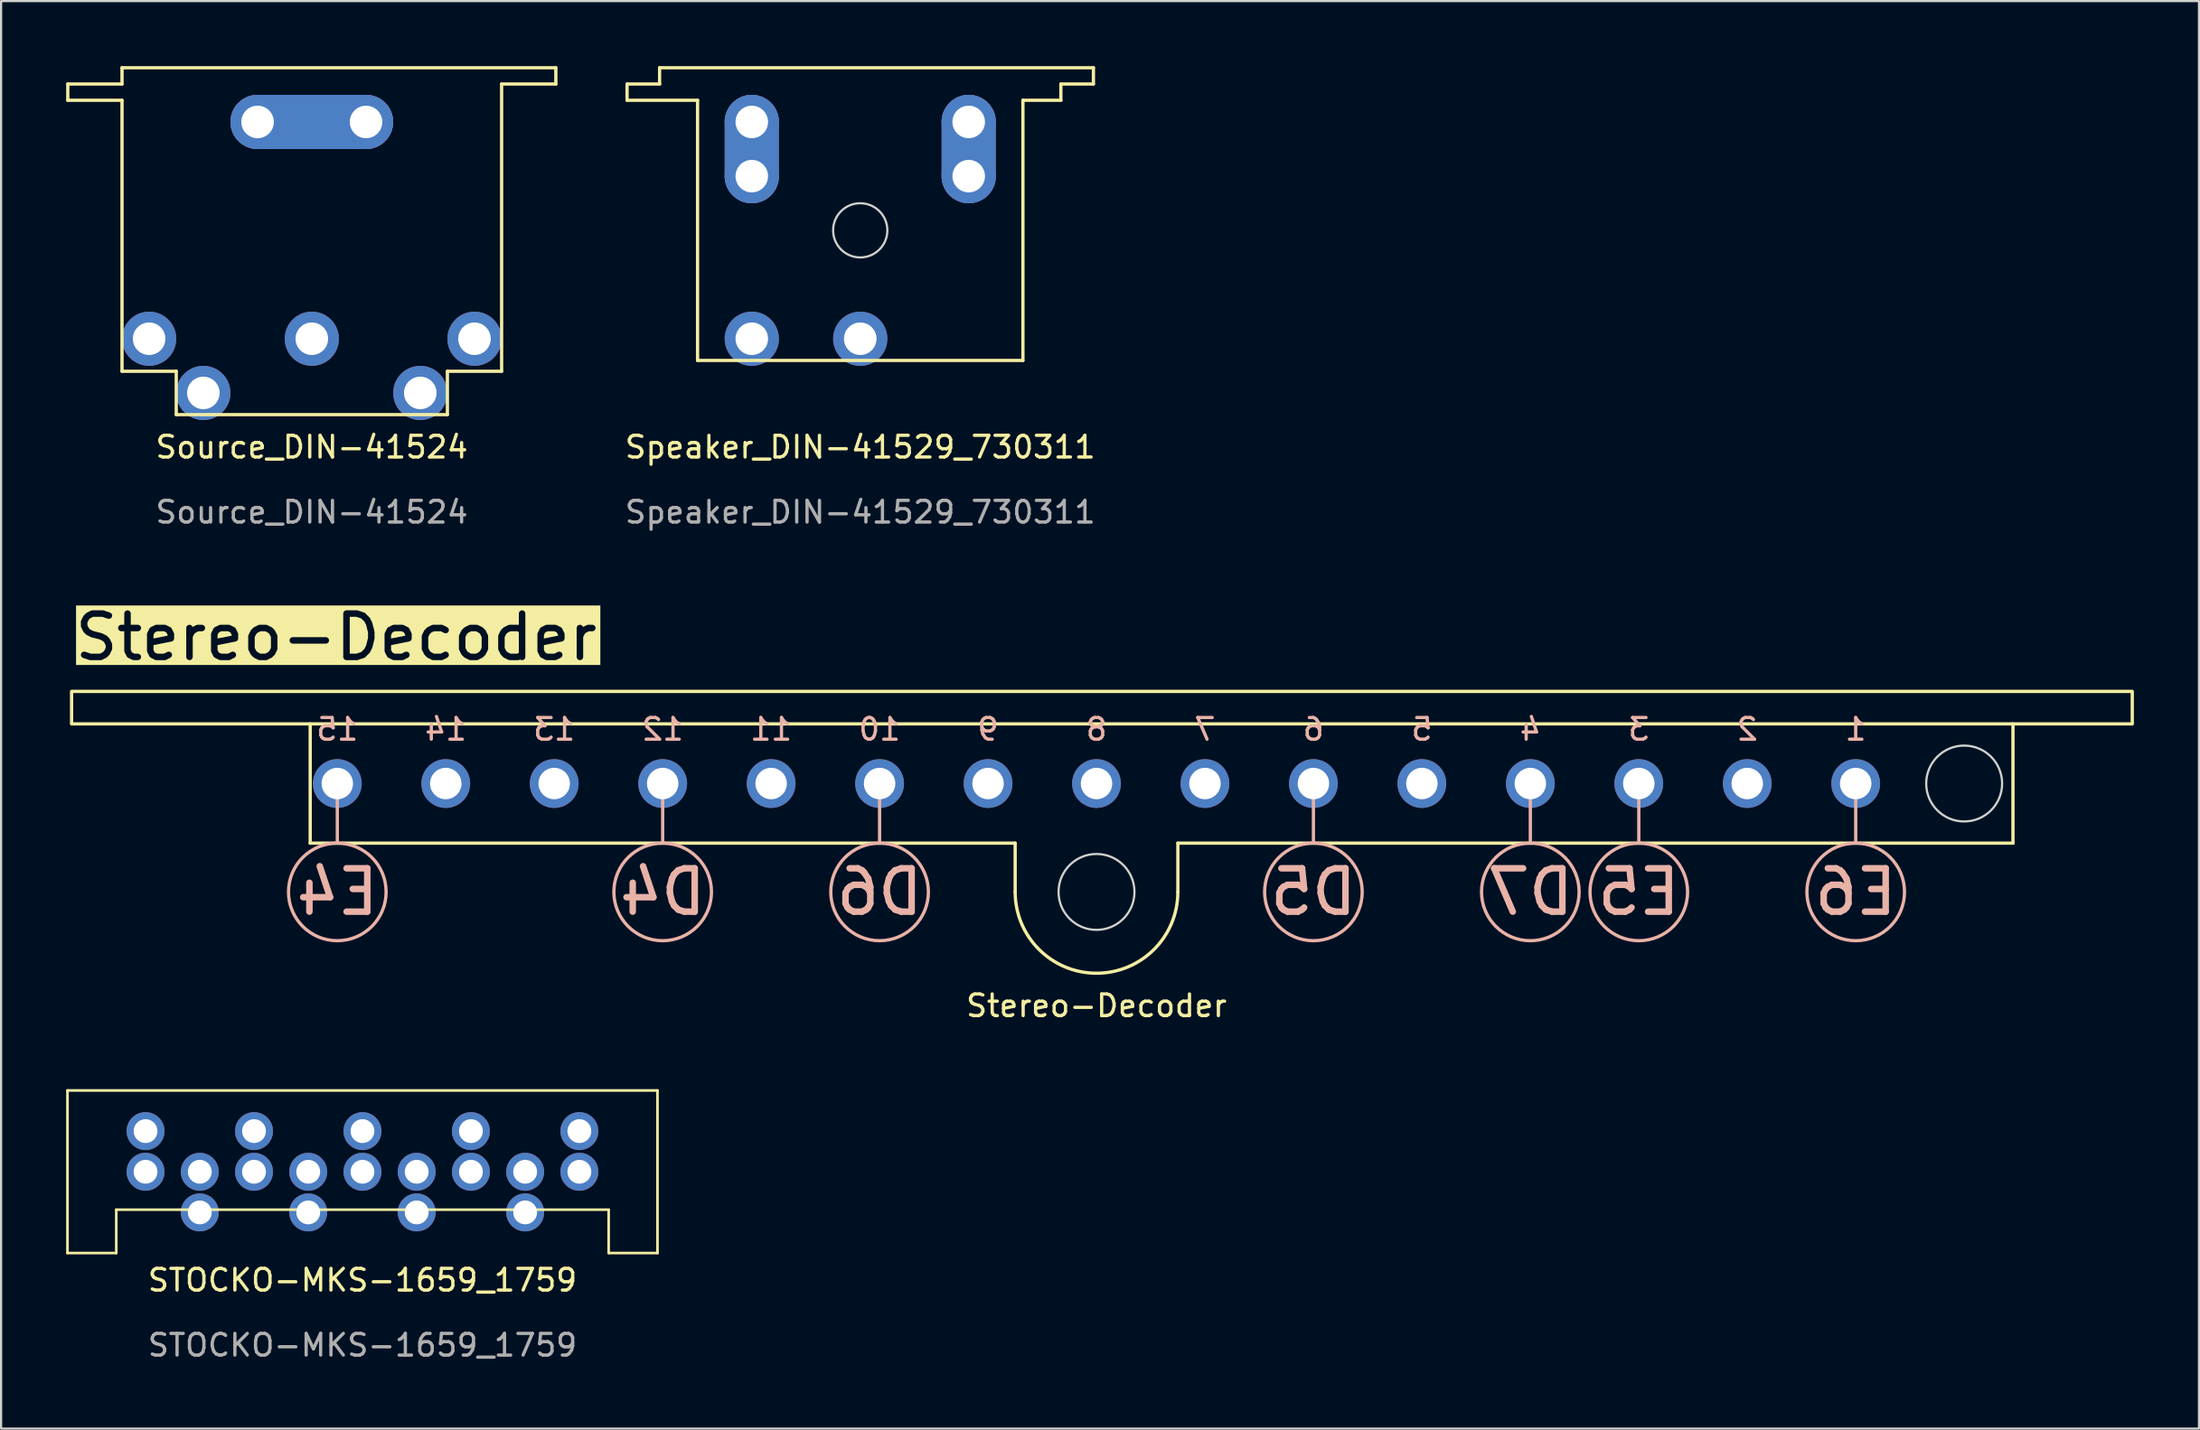
<source format=kicad_pcb>
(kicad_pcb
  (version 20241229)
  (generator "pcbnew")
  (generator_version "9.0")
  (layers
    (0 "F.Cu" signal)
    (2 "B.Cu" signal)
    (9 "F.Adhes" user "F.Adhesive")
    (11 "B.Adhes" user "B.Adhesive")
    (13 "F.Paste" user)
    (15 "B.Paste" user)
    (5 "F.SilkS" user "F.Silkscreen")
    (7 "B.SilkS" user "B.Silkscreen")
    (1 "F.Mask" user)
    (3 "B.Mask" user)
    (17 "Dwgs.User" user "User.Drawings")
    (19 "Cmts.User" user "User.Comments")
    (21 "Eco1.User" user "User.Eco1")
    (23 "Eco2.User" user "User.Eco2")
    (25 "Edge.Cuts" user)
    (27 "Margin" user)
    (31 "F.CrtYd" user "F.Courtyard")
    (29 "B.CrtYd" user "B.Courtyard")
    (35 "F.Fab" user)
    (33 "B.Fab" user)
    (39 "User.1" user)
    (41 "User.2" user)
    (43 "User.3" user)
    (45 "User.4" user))
  (footprint "Stereo-Decoder"
    (layer "F.Cu")
    (at 0.25 28.842)
    (property "Reference" "Stereo-Decoder" (at 47.25 14.5 0) (unlocked yes) (layer "F.SilkS") (effects (font (size 1 1) (thickness 0.15))))
    (attr through_hole)
    (fp_line (start 11 7) (end 11 1.5) (stroke (width 0.15) (type default)) (layer "F.SilkS"))
    (fp_line (start 43.5 7) (end 11 7) (stroke (width 0.15) (type default)) (layer "F.SilkS"))
    (fp_line (start 43.5 7) (end 43.5 9.25) (stroke (width 0.15) (type default)) (layer "F.SilkS"))
    (fp_line (start 51 7) (end 51 9.25) (stroke (width 0.15) (type default)) (layer "F.SilkS"))
    (fp_line (start 89.5 1.5) (end 89.5 7) (stroke (width 0.15) (type default)) (layer "F.SilkS"))
    (fp_line (start 89.5 7) (end 51 7) (stroke (width 0.15) (type default)) (layer "F.SilkS"))
    (fp_rect (start 95 0) (end 0 1.5) (stroke (width 0.15) (type default)) (fill no) (layer "F.SilkS"))
    (fp_arc (start 51 9.25) (mid 47.25 13) (end 43.5 9.25) (stroke (width 0.15) (type default)) (layer "F.SilkS"))
    (fp_line (start 12.25 7) (end 12.25 5) (stroke (width 0.15) (type default)) (layer "B.SilkS"))
    (fp_line (start 27.25 7) (end 27.25 5) (stroke (width 0.15) (type default)) (layer "B.SilkS"))
    (fp_line (start 37.25 7) (end 37.25 5) (stroke (width 0.15) (type default)) (layer "B.SilkS"))
    (fp_line (start 57.25 7) (end 57.25 5) (stroke (width 0.15) (type default)) (layer "B.SilkS"))
    (fp_line (start 67.25 7) (end 67.25 5) (stroke (width 0.15) (type default)) (layer "B.SilkS"))
    (fp_line (start 72.25 7) (end 72.25 5) (stroke (width 0.15) (type default)) (layer "B.SilkS"))
    (fp_line (start 82.25 7) (end 82.25 5) (stroke (width 0.15) (type default)) (layer "B.SilkS"))
    (fp_circle (center 12.25 9.25) (end 10 9.25) (stroke (width 0.15) (type default)) (fill no) (layer "B.SilkS"))
    (fp_circle (center 27.25 9.25) (end 25 9.25) (stroke (width 0.15) (type default)) (fill no) (layer "B.SilkS"))
    (fp_circle (center 37.25 9.25) (end 35 9.25) (stroke (width 0.15) (type default)) (fill no) (layer "B.SilkS"))
    (fp_circle (center 57.25 9.25) (end 55 9.25) (stroke (width 0.15) (type default)) (fill no) (layer "B.SilkS"))
    (fp_circle (center 67.25 9.25) (end 65 9.25) (stroke (width 0.15) (type default)) (fill no) (layer "B.SilkS"))
    (fp_circle (center 72.25 9.25) (end 70 9.25) (stroke (width 0.15) (type default)) (fill no) (layer "B.SilkS"))
    (fp_circle (center 82.25 9.25) (end 80 9.25) (stroke (width 0.15) (type default)) (fill no) (layer "B.SilkS"))
    (fp_circle (center 47.25 9.25) (end 49 9.25) (stroke (width 0.1) (type default)) (fill no) (layer "Edge.Cuts"))
    (fp_circle (center 87.25 4.25) (end 89 4.25) (stroke (width 0.1) (type default)) (fill no) (layer "Edge.Cuts"))
    (fp_text user "Stereo-Decoder" (at 0 -2.5 0) (unlocked yes) (layer "F.SilkS" knockout) (effects (font (size 2 2) (thickness 0.3)) (justify left)))
    (fp_text user "4" (at 67.25 1.75 0) (unlocked yes) (layer "B.SilkS") (effects (font (size 1 1) (thickness 0.15)) (justify mirror)))
    (fp_text user "D6" (at 37.25 9.25 0) (unlocked yes) (layer "B.SilkS") (effects (font (size 2 2) (thickness 0.3)) (justify mirror)))
    (fp_text user "E4" (at 12.25 9.25 0) (unlocked yes) (layer "B.SilkS") (effects (font (size 2 2) (thickness 0.3)) (justify mirror)))
    (fp_text user "7" (at 52.25 1.75 0) (unlocked yes) (layer "B.SilkS") (effects (font (size 1 1) (thickness 0.15)) (justify mirror)))
    (fp_text user "6" (at 57.25 1.75 0) (unlocked yes) (layer "B.SilkS") (effects (font (size 1 1) (thickness 0.15)) (justify mirror)))
    (fp_text user "D7" (at 67.25 9.25 0) (unlocked yes) (layer "B.SilkS") (effects (font (size 2 2) (thickness 0.3)) (justify mirror)))
    (fp_text user "13" (at 22.25 1.75 0) (unlocked yes) (layer "B.SilkS") (effects (font (size 1 1) (thickness 0.15)) (justify mirror)))
    (fp_text user "D4" (at 27.25 9.25 0) (unlocked yes) (layer "B.SilkS") (effects (font (size 2 2) (thickness 0.3)) (justify mirror)))
    (fp_text user "12" (at 27.25 1.75 0) (unlocked yes) (layer "B.SilkS") (effects (font (size 1 1) (thickness 0.15)) (justify mirror)))
    (fp_text user "D5" (at 57.25 9.25 0) (unlocked yes) (layer "B.SilkS") (effects (font (size 2 2) (thickness 0.3)) (justify mirror)))
    (fp_text user "2" (at 77.25 1.75 0) (unlocked yes) (layer "B.SilkS") (effects (font (size 1 1) (thickness 0.15)) (justify mirror)))
    (fp_text user "5" (at 62.25 1.75 0) (unlocked yes) (layer "B.SilkS") (effects (font (size 1 1) (thickness 0.15)) (justify mirror)))
    (fp_text user "10" (at 37.25 1.75 0) (unlocked yes) (layer "B.SilkS") (effects (font (size 1 1) (thickness 0.15)) (justify mirror)))
    (fp_text user "E6" (at 82.25 9.25 0) (unlocked yes) (layer "B.SilkS") (effects (font (size 2 2) (thickness 0.3)) (justify mirror)))
    (fp_text user "14" (at 17.25 1.75 0) (unlocked yes) (layer "B.SilkS") (effects (font (size 1 1) (thickness 0.15)) (justify mirror)))
    (fp_text user "3" (at 72.25 1.75 0) (unlocked yes) (layer "B.SilkS") (effects (font (size 1 1) (thickness 0.15)) (justify mirror)))
    (fp_text user "8" (at 47.25 1.75 0) (unlocked yes) (layer "B.SilkS") (effects (font (size 1 1) (thickness 0.15)) (justify mirror)))
    (fp_text user "E5" (at 72.25 9.25 0) (unlocked yes) (layer "B.SilkS") (effects (font (size 2 2) (thickness 0.3)) (justify mirror)))
    (fp_text user "1" (at 82.25 1.75 0) (unlocked yes) (layer "B.SilkS") (effects (font (size 1 1) (thickness 0.15)) (justify mirror)))
    (fp_text user "11" (at 32.25 1.75 0) (unlocked yes) (layer "B.SilkS") (effects (font (size 1 1) (thickness 0.15)) (justify mirror)))
    (fp_text user "15" (at 12.25 1.75 0) (unlocked yes) (layer "B.SilkS") (effects (font (size 1 1) (thickness 0.15)) (justify mirror)))
    (fp_text user "9" (at 42.25 1.75 0) (unlocked yes) (layer "B.SilkS") (effects (font (size 1 1) (thickness 0.15)) (justify mirror)))
    (pad "1" thru_hole circle (at 82.25 4.25) (size 2.25 2.25) (drill 1.45) (layers "*.Cu" "B.Mask") (remove_unused_layers yes) (keep_end_layers yes) (zone_layer_connections))
    (pad "2" thru_hole circle (at 77.25 4.25) (size 2.25 2.25) (drill 1.45) (layers "*.Cu" "B.Mask") (remove_unused_layers yes) (keep_end_layers yes) (zone_layer_connections))
    (pad "3" thru_hole circle (at 72.25 4.25) (size 2.25 2.25) (drill 1.45) (layers "*.Cu" "B.Mask") (remove_unused_layers yes) (keep_end_layers yes) (zone_layer_connections))
    (pad "4" thru_hole circle (at 67.25 4.25) (size 2.25 2.25) (drill 1.45) (layers "*.Cu" "B.Mask") (remove_unused_layers yes) (keep_end_layers yes) (zone_layer_connections))
    (pad "5" thru_hole circle (at 62.25 4.25) (size 2.25 2.25) (drill 1.45) (layers "*.Cu" "B.Mask") (remove_unused_layers yes) (keep_end_layers yes) (zone_layer_connections))
    (pad "6" thru_hole circle (at 57.25 4.25) (size 2.25 2.25) (drill 1.45) (layers "*.Cu" "B.Mask") (remove_unused_layers yes) (keep_end_layers yes) (zone_layer_connections))
    (pad "7" thru_hole circle (at 52.25 4.25) (size 2.25 2.25) (drill 1.45) (layers "*.Cu" "B.Mask") (remove_unused_layers yes) (keep_end_layers yes) (zone_layer_connections))
    (pad "8" thru_hole circle (at 47.25 4.25) (size 2.25 2.25) (drill 1.45) (layers "*.Cu" "B.Mask") (remove_unused_layers yes) (keep_end_layers yes) (zone_layer_connections))
    (pad "9" thru_hole circle (at 42.25 4.25) (size 2.25 2.25) (drill 1.45) (layers "*.Cu" "B.Mask") (remove_unused_layers yes) (keep_end_layers yes) (zone_layer_connections))
    (pad "10" thru_hole circle (at 37.25 4.25) (size 2.25 2.25) (drill 1.45) (layers "*.Cu" "B.Mask") (remove_unused_layers yes) (keep_end_layers yes) (zone_layer_connections))
    (pad "11" thru_hole circle (at 32.25 4.25) (size 2.25 2.25) (drill 1.45) (layers "*.Cu" "B.Mask") (remove_unused_layers yes) (keep_end_layers yes) (zone_layer_connections))
    (pad "12" thru_hole circle (at 27.25 4.25) (size 2.25 2.25) (drill 1.45) (layers "*.Cu" "B.Mask") (remove_unused_layers yes) (keep_end_layers yes) (zone_layer_connections))
    (pad "13" thru_hole circle (at 22.25 4.25) (size 2.25 2.25) (drill 1.45) (layers "*.Cu" "B.Mask") (remove_unused_layers yes) (keep_end_layers yes) (zone_layer_connections))
    (pad "14" thru_hole circle (at 17.25 4.25) (size 2.25 2.25) (drill 1.45) (layers "*.Cu" "B.Mask") (remove_unused_layers yes) (keep_end_layers yes) (zone_layer_connections))
    (pad "15" thru_hole circle (at 12.25 4.25) (size 2.25 2.25) (drill 1.45) (layers "*.Cu" "B.Mask") (remove_unused_layers yes) (keep_end_layers yes) (zone_layer_connections)))
  (footprint "Source_DIN-41524"
    (layer "F.Cu")
    (at 6.325 12.575)
    (property "Reference" "Source_DIN-41524" (at 5 5 0) (unlocked yes) (layer "F.SilkS") (effects (font (size 1 1) (thickness 0.15))))
    (attr through_hole)
    (fp_line (start 7.5 -10) (end 2.5 -10) (stroke (width 2.5) (type default)) (layer "F.Cu"))
    (fp_line (start 7.5 -10) (end 2.5 -10) (stroke (width 2.5) (type default)) (layer "B.Cu"))
    (fp_line (start 7.5 -10) (end 2.5 -10) (stroke (width 2.5) (type default)) (layer "B.Mask"))
    (fp_line (start -6.25 -11.75) (end -3.75 -11.75) (stroke (width 0.15) (type default)) (layer "F.SilkS"))
    (fp_line (start -6.25 -11) (end -6.25 -11.75) (stroke (width 0.15) (type default)) (layer "F.SilkS"))
    (fp_line (start -3.75 -12.5) (end -3.75 -11.75) (stroke (width 0.15) (type default)) (layer "F.SilkS"))
    (fp_line (start -3.75 -12.5) (end 16.25 -12.5) (stroke (width 0.15) (type default)) (layer "F.SilkS"))
    (fp_line (start -3.75 -11) (end -6.25 -11) (stroke (width 0.15) (type default)) (layer "F.SilkS"))
    (fp_line (start -3.75 -11) (end -3.75 1.5) (stroke (width 0.15) (type default)) (layer "F.SilkS"))
    (fp_line (start -3.75 1.5) (end -1.25 1.5) (stroke (width 0.15) (type default)) (layer "F.SilkS"))
    (fp_line (start -1.25 3.5) (end -1.25 1.5) (stroke (width 0.15) (type default)) (layer "F.SilkS"))
    (fp_line (start -1.25 3.5) (end 11.25 3.5) (stroke (width 0.15) (type default)) (layer "F.SilkS"))
    (fp_line (start 11.25 1.5) (end 13.75 1.5) (stroke (width 0.15) (type default)) (layer "F.SilkS"))
    (fp_line (start 11.25 3.5) (end 11.25 1.5) (stroke (width 0.15) (type default)) (layer "F.SilkS"))
    (fp_line (start 13.75 -11.75) (end 13.75 1.5) (stroke (width 0.15) (type default)) (layer "F.SilkS"))
    (fp_line (start 16.25 -11.75) (end 13.75 -11.75) (stroke (width 0.15) (type default)) (layer "F.SilkS"))
    (fp_line (start 16.25 -11.75) (end 16.25 -12.5) (stroke (width 0.15) (type default)) (layer "F.SilkS"))
    (fp_text user "${REFERENCE}" (at 5 8 0) (unlocked yes) (layer "F.Fab") (effects (font (size 1 1) (thickness 0.15))))
    (pad "1" thru_hole circle (at -2.5 0) (size 2.5 2.5) (drill 1.5) (layers "*.Cu" "B.Mask"))
    (pad "2" thru_hole circle (at 5 0) (size 2.5 2.5) (drill 1.5) (layers "*.Cu" "B.Mask"))
    (pad "3" thru_hole circle (at 12.5 0) (size 2.5 2.5) (drill 1.5) (layers "*.Cu" "B.Mask"))
    (pad "4" thru_hole circle (at 10 2.5) (size 2.5 2.5) (drill 1.5) (layers "*.Cu" "B.Mask"))
    (pad "5" thru_hole circle (at 0 2.5) (size 2.5 2.5) (drill 1.5) (layers "*.Cu" "B.Mask"))
    (pad "6" thru_hole circle (at 2.5 -10) (size 2.5 2.5) (drill 1.5) (layers "*.Cu" "B.Mask"))
    (pad "6" thru_hole circle (at 7.5 -10) (size 2.5 2.5) (drill 1.5) (layers "*.Cu" "B.Mask")))
  (footprint "STOCKO-MKS-1659_1759"
    (layer "F.Cu")
    (at 3.66 51)
    (property "Reference" "STOCKO-MKS-1659_1759" (at 10 5 0) (unlocked yes) (layer "F.SilkS") (effects (font (size 1 1) (thickness 0.15))))
    (attr through_hole)
    (fp_line (start -3.6 -3.75) (end -3.6 3.75) (stroke (width 0.12) (type default)) (layer "F.SilkS"))
    (fp_line (start -3.6 -3.75) (end 23.6 -3.75) (stroke (width 0.12) (type default)) (layer "F.SilkS"))
    (fp_line (start -1.35 1.75) (end 21.35 1.75) (stroke (width 0.12) (type default)) (layer "F.SilkS"))
    (fp_line (start -1.35 3.75) (end -3.6 3.75) (stroke (width 0.12) (type default)) (layer "F.SilkS"))
    (fp_line (start -1.35 3.75) (end -1.35 1.75) (stroke (width 0.12) (type default)) (layer "F.SilkS"))
    (fp_line (start 21.35 3.75) (end 21.35 1.75) (stroke (width 0.12) (type default)) (layer "F.SilkS"))
    (fp_line (start 23.6 3.75) (end 21.35 3.75) (stroke (width 0.12) (type default)) (layer "F.SilkS"))
    (fp_line (start 23.6 3.75) (end 23.6 -3.75) (stroke (width 0.12) (type default)) (layer "F.SilkS"))
    (fp_text user "${REFERENCE}" (at 10 8 0) (unlocked yes) (layer "F.Fab") (effects (font (size 1 1) (thickness 0.15))))
    (pad "1" thru_hole circle (at 0 -1.875) (size 1.75 1.75) (drill 1.1) (layers "*.Cu" "B.Mask"))
    (pad "1" thru_hole circle (at 0 0) (size 1.75 1.75) (drill 1.1) (layers "*.Cu" "B.Mask"))
    (pad "2" thru_hole circle (at 2.5 0) (size 1.75 1.75) (drill 1.1) (layers "*.Cu" "B.Mask"))
    (pad "2" thru_hole circle (at 2.5 1.875) (size 1.75 1.75) (drill 1.1) (layers "*.Cu" "B.Mask"))
    (pad "3" thru_hole circle (at 5 -1.875) (size 1.75 1.75) (drill 1.1) (layers "*.Cu" "B.Mask"))
    (pad "3" thru_hole circle (at 5 0) (size 1.75 1.75) (drill 1.1) (layers "*.Cu" "B.Mask"))
    (pad "4" thru_hole circle (at 7.5 0) (size 1.75 1.75) (drill 1.1) (layers "*.Cu" "B.Mask"))
    (pad "4" thru_hole circle (at 7.5 1.875) (size 1.75 1.75) (drill 1.1) (layers "*.Cu" "B.Mask"))
    (pad "5" thru_hole circle (at 10 -1.875) (size 1.75 1.75) (drill 1.1) (layers "*.Cu" "B.Mask"))
    (pad "5" thru_hole circle (at 10 0) (size 1.75 1.75) (drill 1.1) (layers "*.Cu" "B.Mask"))
    (pad "6" thru_hole circle (at 12.5 0) (size 1.75 1.75) (drill 1.1) (layers "*.Cu" "B.Mask"))
    (pad "6" thru_hole circle (at 12.5 1.875) (size 1.75 1.75) (drill 1.1) (layers "*.Cu" "B.Mask"))
    (pad "7" thru_hole circle (at 15 -1.875) (size 1.75 1.75) (drill 1.1) (layers "*.Cu" "B.Mask"))
    (pad "7" thru_hole circle (at 15 0) (size 1.75 1.75) (drill 1.1) (layers "*.Cu" "B.Mask"))
    (pad "8" thru_hole circle (at 17.5 0) (size 1.75 1.75) (drill 1.1) (layers "*.Cu" "B.Mask"))
    (pad "8" thru_hole circle (at 17.5 1.875) (size 1.75 1.75) (drill 1.1) (layers "*.Cu" "B.Mask"))
    (pad "9" thru_hole circle (at 20 -1.875) (size 1.75 1.75) (drill 1.1) (layers "*.Cu" "B.Mask"))
    (pad "9" thru_hole circle (at 20 0) (size 1.75 1.75) (drill 1.1) (layers "*.Cu" "B.Mask")))
  (footprint "Speaker_DIN-41529_730311"
    (layer "F.Cu")
    (at 31.608 12.575)
    (property "Reference" "Speaker_DIN-41529_730311" (at 5 5 0) (unlocked yes) (layer "F.SilkS") (effects (font (size 1 1) (thickness 0.15))))
    (attr through_hole)
    (fp_line (start 0 -7.5) (end 0 -10) (stroke (width 2.5) (type default)) (layer "F.Cu"))
    (fp_line (start 10 -7.5) (end 10 -10) (stroke (width 2.5) (type default)) (layer "F.Cu"))
    (fp_line (start 0 -10) (end 0 -7.5) (stroke (width 0.2) (type default)) (layer "B.Cu"))
    (fp_line (start 0 -10) (end 0 -7.5) (stroke (width 0.2) (type default)) (layer "B.Cu"))
    (fp_line (start 0 -10) (end 0 -7.5) (stroke (width 0.2) (type default)) (layer "B.Cu"))
    (fp_line (start 0 -7.5) (end 0 -10) (stroke (width 0.2) (type default)) (layer "B.Cu"))
    (fp_line (start 0 -7.5) (end 0 -10) (stroke (width 0.2) (type default)) (layer "B.Cu"))
    (fp_line (start 0 -7.5) (end 0 -10) (stroke (width 2.5) (type default)) (layer "B.Cu"))
    (fp_line (start 10 -7.5) (end 10 -10) (stroke (width 2.5) (type default)) (layer "B.Cu"))
    (fp_line (start 0 -7.5) (end 0 -10) (stroke (width 2.5) (type default)) (layer "B.Mask"))
    (fp_line (start 10 -7.5) (end 10 -10) (stroke (width 2.5) (type default)) (layer "B.Mask"))
    (fp_line (start -5.75 -11.75) (end -4.25 -11.75) (stroke (width 0.15) (type default)) (layer "F.SilkS"))
    (fp_line (start -5.75 -11) (end -5.75 -11.75) (stroke (width 0.15) (type default)) (layer "F.SilkS"))
    (fp_line (start -4.25 -12.5) (end -4.25 -11.75) (stroke (width 0.15) (type default)) (layer "F.SilkS"))
    (fp_line (start -4.25 -12.5) (end 15.75 -12.5) (stroke (width 0.15) (type default)) (layer "F.SilkS"))
    (fp_line (start -2.5 -11) (end -5.75 -11) (stroke (width 0.15) (type default)) (layer "F.SilkS"))
    (fp_line (start -2.5 -11) (end -2.5 1) (stroke (width 0.15) (type default)) (layer "F.SilkS"))
    (fp_line (start -2.5 1) (end 12.5 1) (stroke (width 0.15) (type default)) (layer "F.SilkS"))
    (fp_line (start 12.5 -11) (end 12.5 1) (stroke (width 0.15) (type default)) (layer "F.SilkS"))
    (fp_line (start 14.25 -11.75) (end 15.75 -11.75) (stroke (width 0.15) (type default)) (layer "F.SilkS"))
    (fp_line (start 14.25 -11) (end 12.5 -11) (stroke (width 0.15) (type default)) (layer "F.SilkS"))
    (fp_line (start 14.25 -11) (end 14.25 -11.75) (stroke (width 0.15) (type default)) (layer "F.SilkS"))
    (fp_line (start 15.75 -12.5) (end 15.75 -11.75) (stroke (width 0.15) (type default)) (layer "F.SilkS"))
    (fp_circle (center 5 -5) (end 5 -6.25) (stroke (width 0.1) (type default)) (fill no) (layer "Edge.Cuts"))
    (fp_text user "${REFERENCE}" (at 5 8 0) (unlocked yes) (layer "F.Fab") (effects (font (size 1 1) (thickness 0.15))))
    (pad "1" thru_hole circle (at 0 0) (size 2.5 2.5) (drill 1.5) (layers "*.Cu" "B.Mask"))
    (pad "2" thru_hole circle (at 5 0) (size 2.5 2.5) (drill 1.5) (layers "*.Cu" "B.Mask"))
    (pad "3" thru_hole circle (at 0 -10) (size 2.5 2.5) (drill 1.5) (layers "*.Cu" "B.Mask"))
    (pad "3" thru_hole circle (at 0 -7.5) (size 2.5 2.5) (drill 1.5) (layers "*.Cu" "B.Mask"))
    (pad "3" thru_hole circle (at 10 -10) (size 2.5 2.5) (drill 1.5) (layers "*.Cu" "B.Mask"))
    (pad "3" thru_hole circle (at 10 -7.5) (size 2.5 2.5) (drill 1.5) (layers "*.Cu" "B.Mask")))
  (gr_rect
    (start -3 -3)
    (end 98.325 62.848)
    (stroke (width 0.1) (type default))
    (fill no)
    (layer "Edge.Cuts")))
</source>
